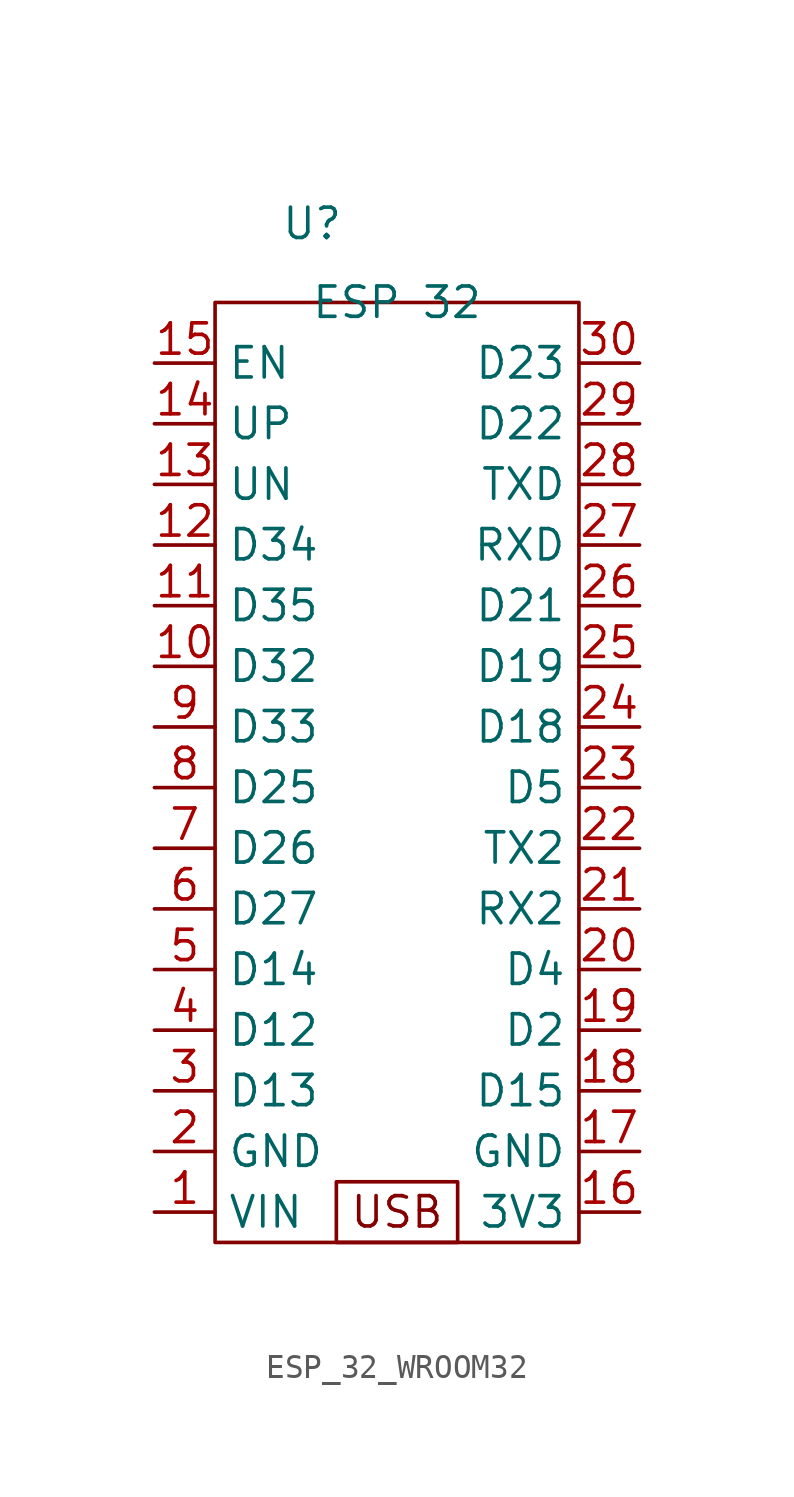
<source format=kicad_sym>
(kicad_symbol_lib
  (version 20231120)
  (generator "kicad_symbol_editor")
  (generator_version "8.0")
  (symbol "ESP_32_WROOM32"
    (property "Reference" "U"
      (at -3.556 3.302 0)
      (effects (font (size 1.27 1.27))))
    (property "Value" "ESP 32"
      (at 0 0 0)
      (effects (font (size 1.27 1.27))))
    (symbol "ESP_32_WROOM32_0_1"
      (rectangle (start -7.62 0) (end 7.62 -39.37) (stroke (width 0) (type default)) (fill (type none)))
      (rectangle (start -2.54 -36.83) (end 2.54 -39.37) (stroke (width 0) (type default)) (fill (type none))))
    (symbol "ESP_32_WROOM32_1_1"
      (text "USB\n" (at 0 -38.1 0) (effects (font (size 1.27 1.27))))
      (pin power_in line (at -10.16 -38.1 0) (length 2.54) (name "VIN" (effects (font (size 1.27 1.27)))) (number "1" (effects (font (size 1.27 1.27)))))
      (pin passive line (at -10.16 -15.24 0) (length 2.54) (name "D32" (effects (font (size 1.27 1.27)))) (number "10" (effects (font (size 1.27 1.27)))))
      (pin passive line (at -10.16 -12.7 0) (length 2.54) (name "D35" (effects (font (size 1.27 1.27)))) (number "11" (effects (font (size 1.27 1.27)))))
      (pin passive line (at -10.16 -10.16 0) (length 2.54) (name "D34" (effects (font (size 1.27 1.27)))) (number "12" (effects (font (size 1.27 1.27)))))
      (pin passive line (at -10.16 -7.62 0) (length 2.54) (name "UN" (effects (font (size 1.27 1.27)))) (number "13" (effects (font (size 1.27 1.27)))))
      (pin passive line (at -10.16 -5.08 0) (length 2.54) (name "UP" (effects (font (size 1.27 1.27)))) (number "14" (effects (font (size 1.27 1.27)))))
      (pin passive line (at -10.16 -2.54 0) (length 2.54) (name "EN" (effects (font (size 1.27 1.27)))) (number "15" (effects (font (size 1.27 1.27)))))
      (pin power_out line (at 10.16 -38.1 180) (length 2.54) (name "3V3" (effects (font (size 1.27 1.27)))) (number "16" (effects (font (size 1.27 1.27)))))
      (pin power_in line (at 10.16 -35.56 180) (length 2.54) (name "GND" (effects (font (size 1.27 1.27)))) (number "17" (effects (font (size 1.27 1.27)))))
      (pin passive line (at 10.16 -33.02 180) (length 2.54) (name "D15" (effects (font (size 1.27 1.27)))) (number "18" (effects (font (size 1.27 1.27)))))
      (pin passive line (at 10.16 -30.48 180) (length 2.54) (name "D2" (effects (font (size 1.27 1.27)))) (number "19" (effects (font (size 1.27 1.27)))))
      (pin power_in line (at -10.16 -35.56 0) (length 2.54) (name "GND" (effects (font (size 1.27 1.27)))) (number "2" (effects (font (size 1.27 1.27)))))
      (pin passive line (at 10.16 -27.94 180) (length 2.54) (name "D4" (effects (font (size 1.27 1.27)))) (number "20" (effects (font (size 1.27 1.27)))))
      (pin passive line (at 10.16 -25.4 180) (length 2.54) (name "RX2" (effects (font (size 1.27 1.27)))) (number "21" (effects (font (size 1.27 1.27)))))
      (pin passive line (at 10.16 -22.86 180) (length 2.54) (name "TX2" (effects (font (size 1.27 1.27)))) (number "22" (effects (font (size 1.27 1.27)))))
      (pin passive line (at 10.16 -20.32 180) (length 2.54) (name "D5" (effects (font (size 1.27 1.27)))) (number "23" (effects (font (size 1.27 1.27)))))
      (pin passive line (at 10.16 -17.78 180) (length 2.54) (name "D18" (effects (font (size 1.27 1.27)))) (number "24" (effects (font (size 1.27 1.27)))))
      (pin passive line (at 10.16 -15.24 180) (length 2.54) (name "D19" (effects (font (size 1.27 1.27)))) (number "25" (effects (font (size 1.27 1.27)))))
      (pin passive line (at 10.16 -12.7 180) (length 2.54) (name "D21" (effects (font (size 1.27 1.27)))) (number "26" (effects (font (size 1.27 1.27)))))
      (pin passive line (at 10.16 -10.16 180) (length 2.54) (name "RXD" (effects (font (size 1.27 1.27)))) (number "27" (effects (font (size 1.27 1.27)))))
      (pin passive line (at 10.16 -7.62 180) (length 2.54) (name "TXD" (effects (font (size 1.27 1.27)))) (number "28" (effects (font (size 1.27 1.27)))))
      (pin passive line (at 10.16 -5.08 180) (length 2.54) (name "D22" (effects (font (size 1.27 1.27)))) (number "29" (effects (font (size 1.27 1.27)))))
      (pin passive line (at -10.16 -33.02 0) (length 2.54) (name "D13" (effects (font (size 1.27 1.27)))) (number "3" (effects (font (size 1.27 1.27)))))
      (pin passive line (at 10.16 -2.54 180) (length 2.54) (name "D23" (effects (font (size 1.27 1.27)))) (number "30" (effects (font (size 1.27 1.27)))))
      (pin passive line (at -10.16 -30.48 0) (length 2.54) (name "D12" (effects (font (size 1.27 1.27)))) (number "4" (effects (font (size 1.27 1.27)))))
      (pin passive line (at -10.16 -27.94 0) (length 2.54) (name "D14" (effects (font (size 1.27 1.27)))) (number "5" (effects (font (size 1.27 1.27)))))
      (pin passive line (at -10.16 -25.4 0) (length 2.54) (name "D27" (effects (font (size 1.27 1.27)))) (number "6" (effects (font (size 1.27 1.27)))))
      (pin passive line (at -10.16 -22.86 0) (length 2.54) (name "D26" (effects (font (size 1.27 1.27)))) (number "7" (effects (font (size 1.27 1.27)))))
      (pin passive line (at -10.16 -20.32 0) (length 2.54) (name "D25" (effects (font (size 1.27 1.27)))) (number "8" (effects (font (size 1.27 1.27)))))
      (pin passive line (at -10.16 -17.78 0) (length 2.54) (name "D33" (effects (font (size 1.27 1.27)))) (number "9" (effects (font (size 1.27 1.27))))))))
</source>
